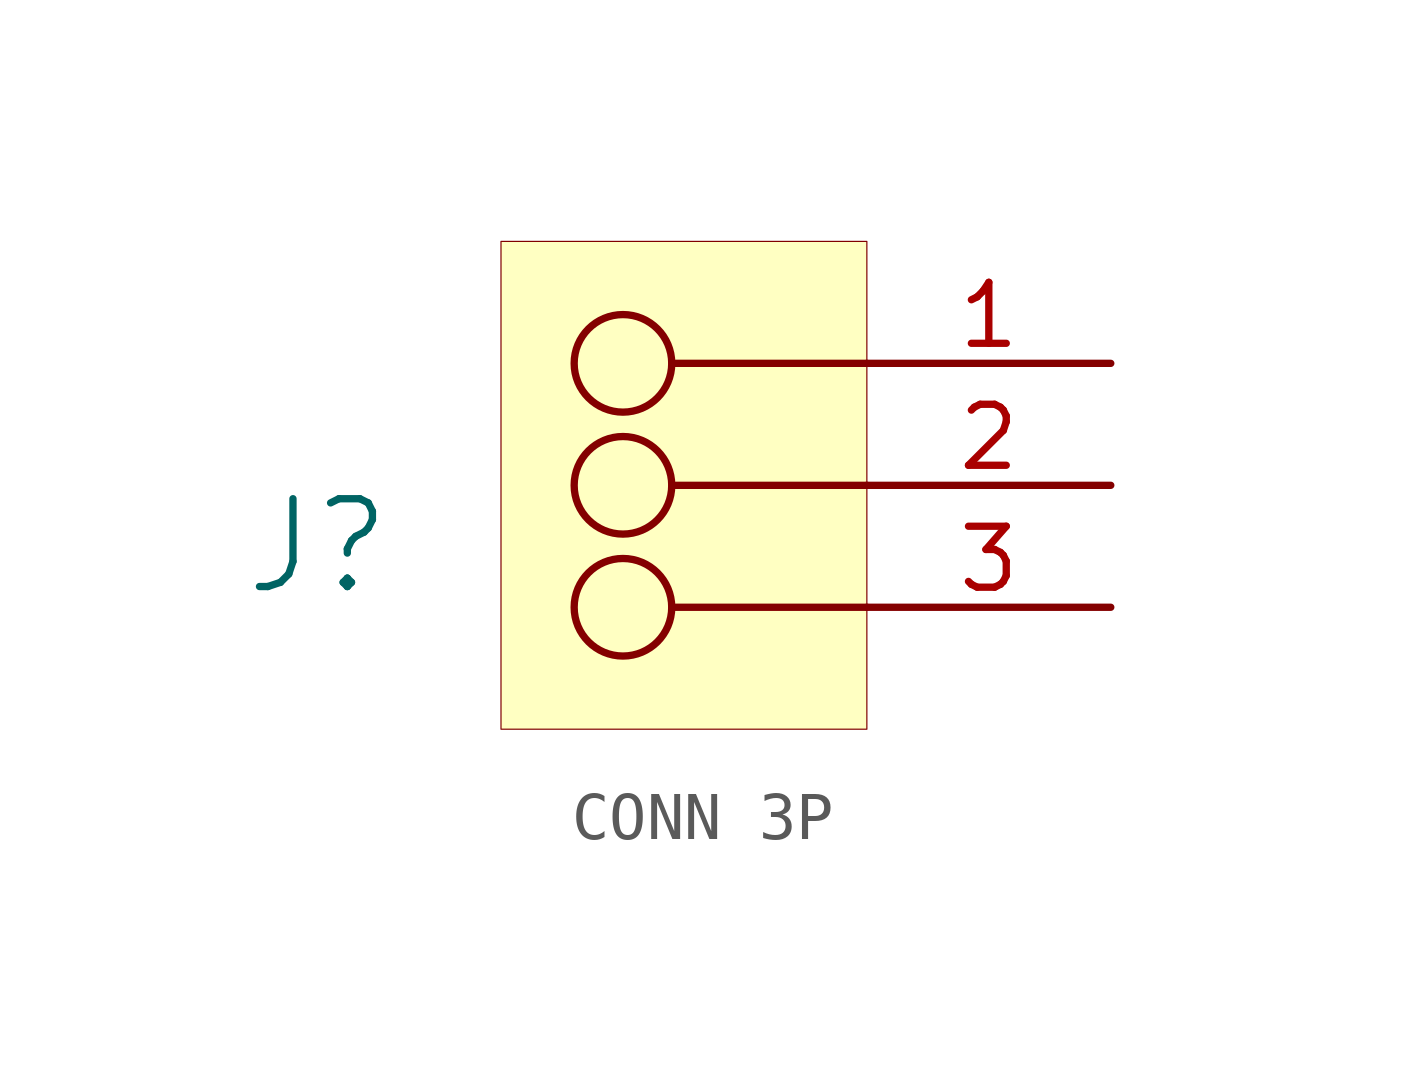
<source format=kicad_sym>
(kicad_symbol_lib
  (version 20241209)
  (generator "kicad_symbol_editor")
  (generator_version "9.0")
  (symbol "CONN 3P"
    (pin_names
      (hide yes))
    (property "Reference" "J"
      (at -1.27 1.27 0)
      (effects (font (size 1.829 1.829))))
    (symbol "CONN 3P_1_0"
      (circle (center 5.08 5.08) (radius 1.016) (stroke (width 0) (type solid)) (fill (type none)))
      (circle (center 5.08 2.54) (radius 1.016) (stroke (width 0) (type solid)) (fill (type none)))
      (circle (center 5.08 0) (radius 1.016) (stroke (width 0) (type solid)) (fill (type none)))
      (rectangle (start 10.16 7.62) (end 2.54 -2.54) (stroke (width 0.025) (type solid) (color 128 0 0 1)) (fill (type background)))
      (polyline (pts (xy 10.16 5.08) (xy 6.096 5.08)) (stroke (width 0) (type solid)) (fill (type none)))
      (polyline (pts (xy 10.16 2.54) (xy 6.096 2.54)) (stroke (width 0) (type solid)) (fill (type none)))
      (polyline (pts (xy 10.16 0) (xy 6.096 0)) (stroke (width 0) (type solid)) (fill (type none)))
      (pin power_in line (at 15.24 5.08 180) (length 5.08) (name "1" (effects (font (size 1.27 1.27)))) (number "1" (effects (font (size 1.27 1.27)))))
      (pin passive line (at 15.24 2.54 180) (length 5.08) (name "2" (effects (font (size 1.27 1.27)))) (number "2" (effects (font (size 1.27 1.27)))))
      (pin passive line (at 15.24 0 180) (length 5.08) (name "3" (effects (font (size 1.27 1.27)))) (number "3" (effects (font (size 1.27 1.27))))))))
</source>
